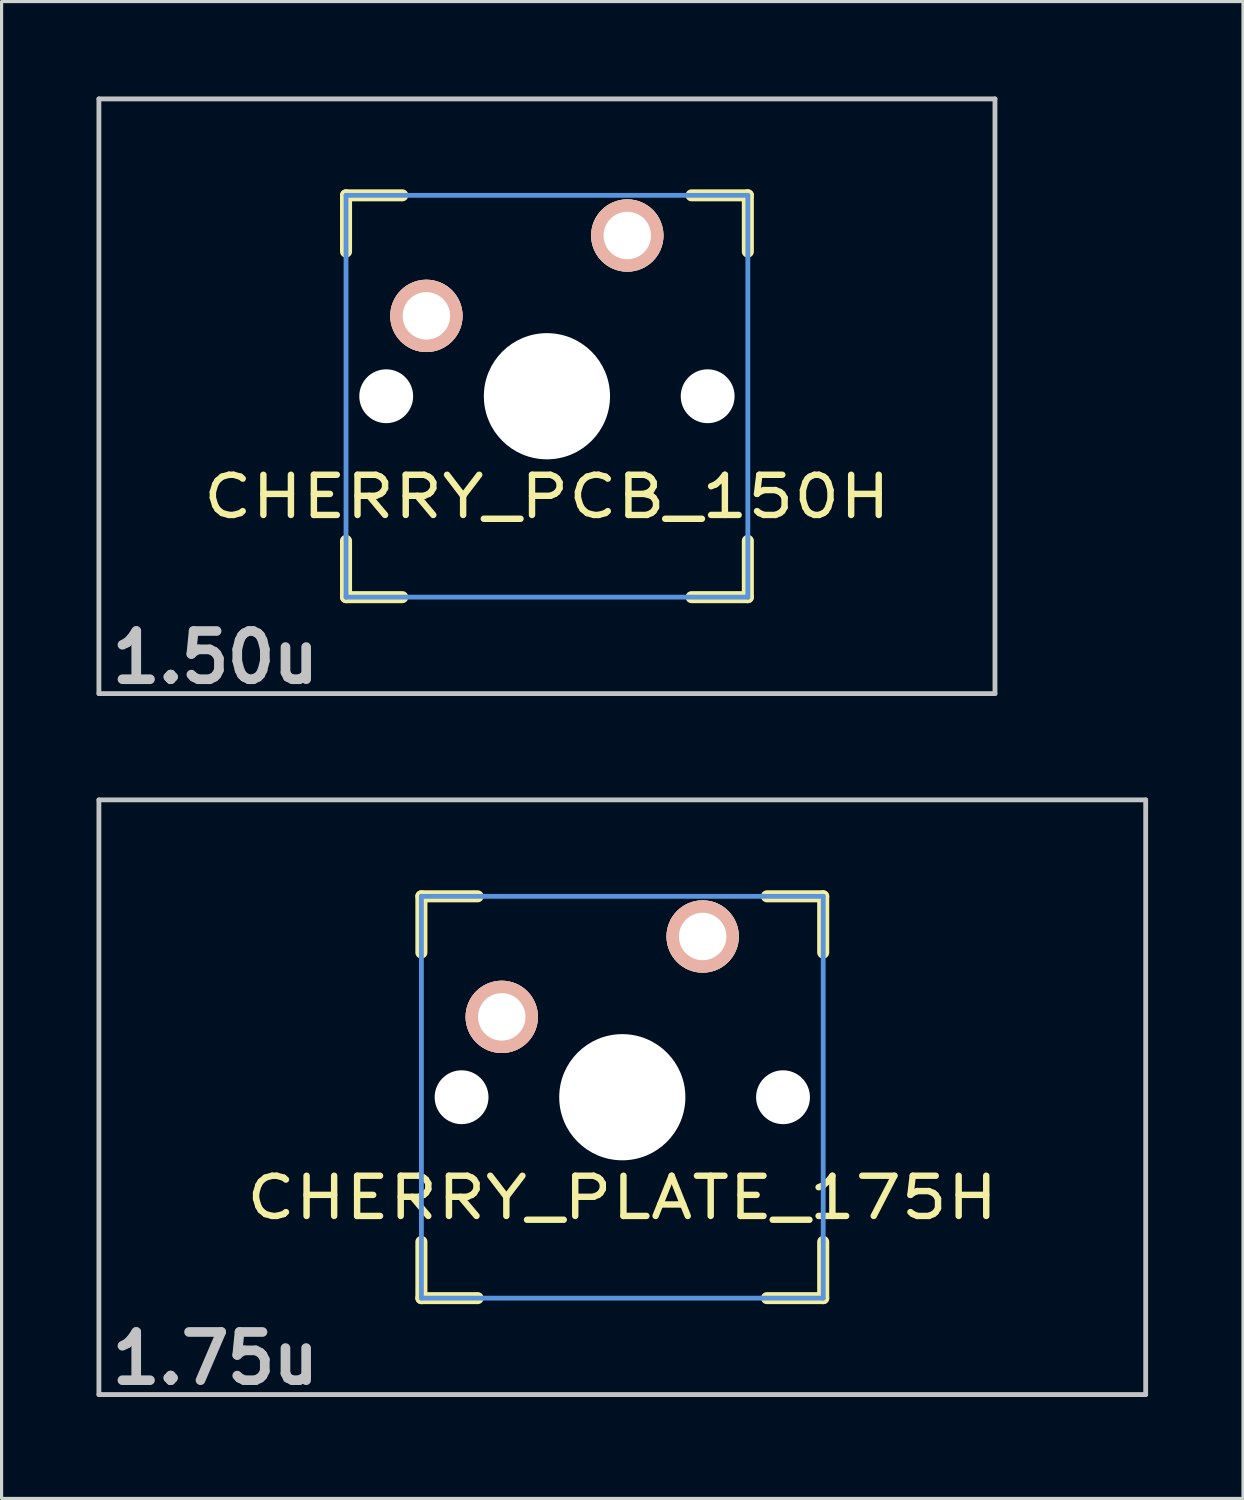
<source format=kicad_pcb>
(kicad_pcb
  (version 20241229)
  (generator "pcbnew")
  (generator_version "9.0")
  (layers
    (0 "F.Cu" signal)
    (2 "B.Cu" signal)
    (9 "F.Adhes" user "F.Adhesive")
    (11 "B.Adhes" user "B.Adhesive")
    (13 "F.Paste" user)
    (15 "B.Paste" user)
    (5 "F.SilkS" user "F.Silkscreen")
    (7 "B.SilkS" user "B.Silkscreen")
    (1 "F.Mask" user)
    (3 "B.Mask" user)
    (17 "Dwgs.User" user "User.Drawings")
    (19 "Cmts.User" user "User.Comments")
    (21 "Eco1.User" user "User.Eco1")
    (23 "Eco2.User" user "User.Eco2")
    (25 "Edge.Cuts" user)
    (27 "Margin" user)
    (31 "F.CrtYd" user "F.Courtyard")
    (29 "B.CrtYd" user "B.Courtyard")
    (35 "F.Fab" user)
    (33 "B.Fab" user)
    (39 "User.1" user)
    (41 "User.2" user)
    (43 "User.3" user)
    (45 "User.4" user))
  (footprint "CHERRY_PCB_150H"
    (layer "F.Cu")
    (at 14.237 9.474)
    (property "Reference" "CHERRY_PCB_150H" (at 0 3.175 0) (layer "F.SilkS") (effects (font (size 1.27 1.524) (thickness 0.203))))
    (attr through_hole)
    (fp_line (start -6.35 -6.35) (end -4.572 -6.35) (stroke (width 0.381) (type solid)) (layer "F.SilkS"))
    (fp_line (start -6.35 -4.572) (end -6.35 -6.35) (stroke (width 0.381) (type solid)) (layer "F.SilkS"))
    (fp_line (start -6.35 6.35) (end -6.35 4.572) (stroke (width 0.381) (type solid)) (layer "F.SilkS"))
    (fp_line (start -4.572 6.35) (end -6.35 6.35) (stroke (width 0.381) (type solid)) (layer "F.SilkS"))
    (fp_line (start 4.572 -6.35) (end 6.35 -6.35) (stroke (width 0.381) (type solid)) (layer "F.SilkS"))
    (fp_line (start 6.35 -6.35) (end 6.35 -4.572) (stroke (width 0.381) (type solid)) (layer "F.SilkS"))
    (fp_line (start 6.35 4.572) (end 6.35 6.35) (stroke (width 0.381) (type solid)) (layer "F.SilkS"))
    (fp_line (start 6.35 6.35) (end 4.572 6.35) (stroke (width 0.381) (type solid)) (layer "F.SilkS"))
    (fp_line (start -14.161 -9.398) (end 14.161 -9.398) (stroke (width 0.152) (type solid)) (layer "Dwgs.User"))
    (fp_line (start -14.161 9.398) (end -14.161 -9.398) (stroke (width 0.152) (type solid)) (layer "Dwgs.User"))
    (fp_line (start 14.161 -9.398) (end 14.161 9.398) (stroke (width 0.152) (type solid)) (layer "Dwgs.User"))
    (fp_line (start 14.161 9.398) (end -14.161 9.398) (stroke (width 0.152) (type solid)) (layer "Dwgs.User"))
    (fp_line (start -6.35 -6.35) (end 6.35 -6.35) (stroke (width 0.152) (type solid)) (layer "Cmts.User"))
    (fp_line (start -6.35 6.35) (end -6.35 -6.35) (stroke (width 0.152) (type solid)) (layer "Cmts.User"))
    (fp_line (start 6.35 -6.35) (end 6.35 6.35) (stroke (width 0.152) (type solid)) (layer "Cmts.User"))
    (fp_line (start 6.35 6.35) (end -6.35 6.35) (stroke (width 0.152) (type solid)) (layer "Cmts.User"))
    (fp_line (start -6.985 -6.985) (end 6.985 -6.985) (stroke (width 0.152) (type solid)) (layer "Eco2.User"))
    (fp_line (start -6.985 6.985) (end -6.985 -6.985) (stroke (width 0.152) (type solid)) (layer "Eco2.User"))
    (fp_line (start 6.985 -6.985) (end 6.985 6.985) (stroke (width 0.152) (type solid)) (layer "Eco2.User"))
    (fp_line (start 6.985 6.985) (end -6.985 6.985) (stroke (width 0.152) (type solid)) (layer "Eco2.User"))
    (fp_text user "1.50u" (at -10.477 8.255 0) (layer "Dwgs.User") (effects (font (size 1.524 1.524) (thickness 0.305))))
    (pad "" np_thru_hole circle (at -5.08 0) (size 1.702 1.702) (drill 1.702) (layers "*.Cu"))
    (pad "" np_thru_hole circle (at 0 0) (size 3.988 3.988) (drill 3.988) (layers "*.Cu"))
    (pad "" np_thru_hole circle (at 5.08 0) (size 1.702 1.702) (drill 1.702) (layers "*.Cu"))
    (pad "1" thru_hole circle (at 2.54 -5.08) (size 2.286 2.286) (drill 1.499) (layers "*.Cu" "*.SilkS" "*.Mask"))
    (pad "2" thru_hole circle (at -3.81 -2.54) (size 2.286 2.286) (drill 1.499) (layers "*.Cu" "*.SilkS" "*.Mask")))
  (footprint "CHERRY_PLATE_175H"
    (layer "F.Cu")
    (at 16.619 31.63)
    (property "Reference" "CHERRY_PLATE_175H" (at 0 3.175 0) (layer "F.SilkS") (effects (font (size 1.27 1.524) (thickness 0.203))))
    (attr through_hole)
    (fp_line (start -6.35 -6.35) (end -4.572 -6.35) (stroke (width 0.381) (type solid)) (layer "F.SilkS"))
    (fp_line (start -6.35 -4.572) (end -6.35 -6.35) (stroke (width 0.381) (type solid)) (layer "F.SilkS"))
    (fp_line (start -6.35 6.35) (end -6.35 4.572) (stroke (width 0.381) (type solid)) (layer "F.SilkS"))
    (fp_line (start -4.572 6.35) (end -6.35 6.35) (stroke (width 0.381) (type solid)) (layer "F.SilkS"))
    (fp_line (start 4.572 -6.35) (end 6.35 -6.35) (stroke (width 0.381) (type solid)) (layer "F.SilkS"))
    (fp_line (start 6.35 -6.35) (end 6.35 -4.572) (stroke (width 0.381) (type solid)) (layer "F.SilkS"))
    (fp_line (start 6.35 4.572) (end 6.35 6.35) (stroke (width 0.381) (type solid)) (layer "F.SilkS"))
    (fp_line (start 6.35 6.35) (end 4.572 6.35) (stroke (width 0.381) (type solid)) (layer "F.SilkS"))
    (fp_line (start -16.543 -9.398) (end 16.543 -9.398) (stroke (width 0.152) (type solid)) (layer "Dwgs.User"))
    (fp_line (start -16.543 9.398) (end -16.543 -9.398) (stroke (width 0.152) (type solid)) (layer "Dwgs.User"))
    (fp_line (start 16.543 -9.398) (end 16.543 9.398) (stroke (width 0.152) (type solid)) (layer "Dwgs.User"))
    (fp_line (start 16.543 9.398) (end -16.543 9.398) (stroke (width 0.152) (type solid)) (layer "Dwgs.User"))
    (fp_line (start -6.35 -6.35) (end 6.35 -6.35) (stroke (width 0.152) (type solid)) (layer "Cmts.User"))
    (fp_line (start -6.35 6.35) (end -6.35 -6.35) (stroke (width 0.152) (type solid)) (layer "Cmts.User"))
    (fp_line (start 6.35 -6.35) (end 6.35 6.35) (stroke (width 0.152) (type solid)) (layer "Cmts.User"))
    (fp_line (start 6.35 6.35) (end -6.35 6.35) (stroke (width 0.152) (type solid)) (layer "Cmts.User"))
    (fp_text user "1.75u" (at -12.86 8.255 0) (layer "Dwgs.User") (effects (font (size 1.524 1.524) (thickness 0.305))))
    (pad "" np_thru_hole circle (at -5.08 0) (size 1.702 1.702) (drill 1.702) (layers "*.Cu"))
    (pad "" np_thru_hole circle (at 0 0) (size 3.988 3.988) (drill 3.988) (layers "*.Cu"))
    (pad "" np_thru_hole circle (at 5.08 0) (size 1.702 1.702) (drill 1.702) (layers "*.Cu"))
    (pad "1" thru_hole circle (at 2.54 -5.08) (size 2.286 2.286) (drill 1.499) (layers "*.Cu" "*.SilkS" "*.Mask"))
    (pad "2" thru_hole circle (at -3.81 -2.54) (size 2.286 2.286) (drill 1.499) (layers "*.Cu" "*.SilkS" "*.Mask")))
  (gr_rect
    (start -3 -3)
    (end 36.238 44.311)
    (stroke (width 0.1) (type default))
    (fill no)
    (layer "Edge.Cuts")))
</source>
